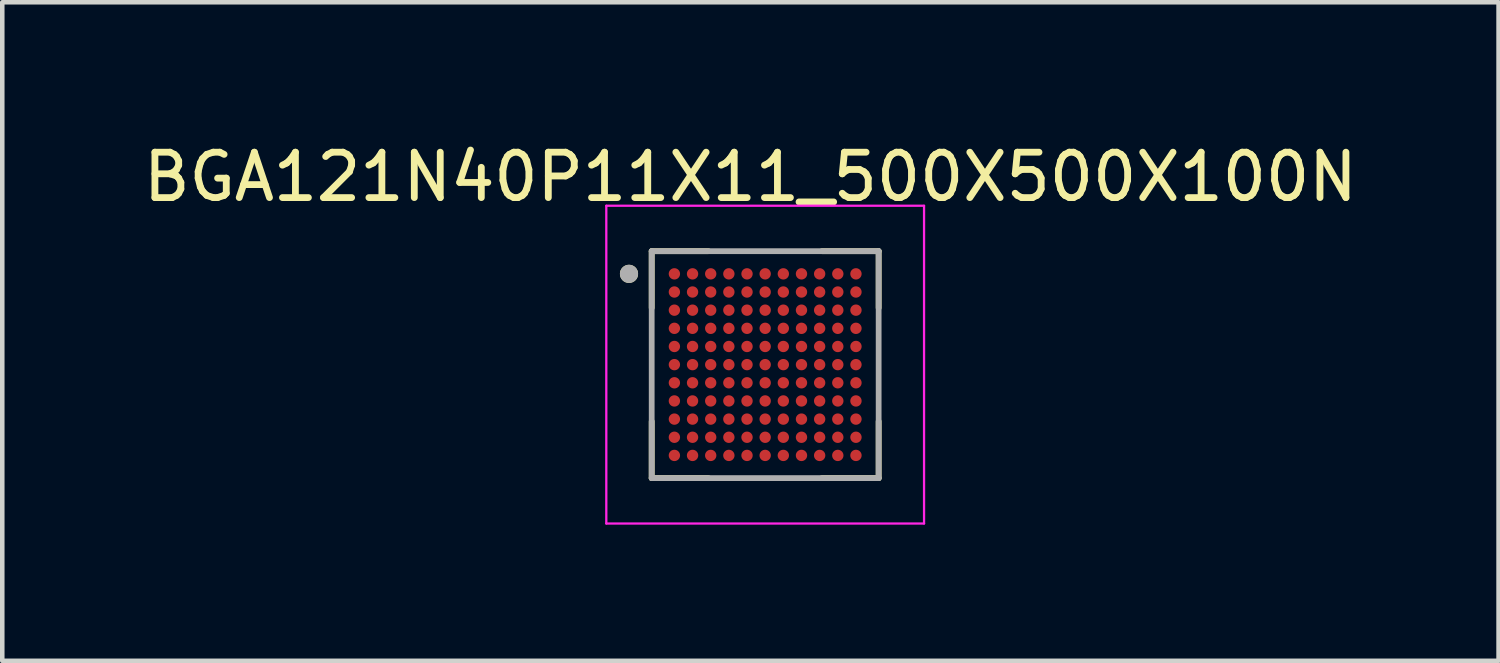
<source format=kicad_pcb>
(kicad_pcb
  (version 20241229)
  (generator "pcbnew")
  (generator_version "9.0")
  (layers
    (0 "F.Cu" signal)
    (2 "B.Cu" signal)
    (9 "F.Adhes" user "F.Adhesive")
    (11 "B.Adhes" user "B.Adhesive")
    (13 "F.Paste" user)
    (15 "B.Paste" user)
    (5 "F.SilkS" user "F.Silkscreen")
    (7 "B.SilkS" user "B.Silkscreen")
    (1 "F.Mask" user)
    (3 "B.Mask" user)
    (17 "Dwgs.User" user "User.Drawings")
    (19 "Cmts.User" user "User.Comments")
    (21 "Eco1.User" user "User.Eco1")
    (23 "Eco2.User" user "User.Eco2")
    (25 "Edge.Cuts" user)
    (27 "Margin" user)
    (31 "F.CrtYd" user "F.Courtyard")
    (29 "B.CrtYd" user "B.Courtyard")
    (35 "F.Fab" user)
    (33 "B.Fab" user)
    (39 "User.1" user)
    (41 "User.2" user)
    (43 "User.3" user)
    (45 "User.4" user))
  (footprint "BGA121N40P11X11_500X500X100N"
    (layer "F.Cu")
    (at 13.807 4.983)
    (property "Reference" "BGA121N40P11X11_500X500X100N" (at -0.325 -4.135 0) (layer "F.SilkS") (effects (font (size 1 1) (thickness 0.15))))
    (attr smd)
    (fp_line (start -2.5 -2.5) (end -2.5 -1.25) (stroke (width 0.127) (type solid)) (layer "F.SilkS"))
    (fp_line (start -2.5 -2.5) (end -1.25 -2.5) (stroke (width 0.127) (type solid)) (layer "F.SilkS"))
    (fp_line (start -2.5 2.5) (end -2.5 1.25) (stroke (width 0.127) (type solid)) (layer "F.SilkS"))
    (fp_line (start -2.5 2.5) (end -1.25 2.5) (stroke (width 0.127) (type solid)) (layer "F.SilkS"))
    (fp_line (start 2.5 -2.5) (end 1.25 -2.5) (stroke (width 0.127) (type solid)) (layer "F.SilkS"))
    (fp_line (start 2.5 -2.5) (end 2.5 -1.25) (stroke (width 0.127) (type solid)) (layer "F.SilkS"))
    (fp_line (start 2.5 2.5) (end 1.25 2.5) (stroke (width 0.127) (type solid)) (layer "F.SilkS"))
    (fp_line (start 2.5 2.5) (end 2.5 1.25) (stroke (width 0.127) (type solid)) (layer "F.SilkS"))
    (fp_circle (center -3 -2) (end -2.9 -2) (stroke (width 0.2) (type solid)) (fill no) (layer "F.SilkS"))
    (fp_line (start -3.5 -3.5) (end 3.5 -3.5) (stroke (width 0.05) (type solid)) (layer "F.CrtYd"))
    (fp_line (start -3.5 3.5) (end -3.5 -3.5) (stroke (width 0.05) (type solid)) (layer "F.CrtYd"))
    (fp_line (start -3.5 3.5) (end 3.5 3.5) (stroke (width 0.05) (type solid)) (layer "F.CrtYd"))
    (fp_line (start 3.5 3.5) (end 3.5 -3.5) (stroke (width 0.05) (type solid)) (layer "F.CrtYd"))
    (fp_line (start -2.5 2.5) (end -2.5 -2.5) (stroke (width 0.127) (type solid)) (layer "F.Fab"))
    (fp_line (start 2.5 -2.5) (end -2.5 -2.5) (stroke (width 0.127) (type solid)) (layer "F.Fab"))
    (fp_line (start 2.5 2.5) (end -2.5 2.5) (stroke (width 0.127) (type solid)) (layer "F.Fab"))
    (fp_line (start 2.5 2.5) (end 2.5 -2.5) (stroke (width 0.127) (type solid)) (layer "F.Fab"))
    (fp_circle (center -3 -2) (end -2.9 -2) (stroke (width 0.2) (type solid)) (fill no) (layer "F.Fab"))
    (pad "A1" smd circle (at -2 -2) (size 0.25 0.25) (layers "F.Cu" "F.Mask" "F.Paste"))
    (pad "A2" smd circle (at -1.6 -2) (size 0.25 0.25) (layers "F.Cu" "F.Mask" "F.Paste"))
    (pad "A3" smd circle (at -1.2 -2) (size 0.25 0.25) (layers "F.Cu" "F.Mask" "F.Paste"))
    (pad "A4" smd circle (at -0.8 -2) (size 0.25 0.25) (layers "F.Cu" "F.Mask" "F.Paste"))
    (pad "A5" smd circle (at -0.4 -2) (size 0.25 0.25) (layers "F.Cu" "F.Mask" "F.Paste"))
    (pad "A6" smd circle (at 0 -2) (size 0.25 0.25) (layers "F.Cu" "F.Mask" "F.Paste"))
    (pad "A7" smd circle (at 0.4 -2) (size 0.25 0.25) (layers "F.Cu" "F.Mask" "F.Paste"))
    (pad "A8" smd circle (at 0.8 -2) (size 0.25 0.25) (layers "F.Cu" "F.Mask" "F.Paste"))
    (pad "A9" smd circle (at 1.2 -2) (size 0.25 0.25) (layers "F.Cu" "F.Mask" "F.Paste"))
    (pad "A10" smd circle (at 1.6 -2) (size 0.25 0.25) (layers "F.Cu" "F.Mask" "F.Paste"))
    (pad "A11" smd circle (at 2 -2) (size 0.25 0.25) (layers "F.Cu" "F.Mask" "F.Paste"))
    (pad "B1" smd circle (at -2 -1.6) (size 0.25 0.25) (layers "F.Cu" "F.Mask" "F.Paste"))
    (pad "B2" smd circle (at -1.6 -1.6) (size 0.25 0.25) (layers "F.Cu" "F.Mask" "F.Paste"))
    (pad "B3" smd circle (at -1.2 -1.6) (size 0.25 0.25) (layers "F.Cu" "F.Mask" "F.Paste"))
    (pad "B4" smd circle (at -0.8 -1.6) (size 0.25 0.25) (layers "F.Cu" "F.Mask" "F.Paste"))
    (pad "B5" smd circle (at -0.4 -1.6) (size 0.25 0.25) (layers "F.Cu" "F.Mask" "F.Paste"))
    (pad "B6" smd circle (at 0 -1.6) (size 0.25 0.25) (layers "F.Cu" "F.Mask" "F.Paste"))
    (pad "B7" smd circle (at 0.4 -1.6) (size 0.25 0.25) (layers "F.Cu" "F.Mask" "F.Paste"))
    (pad "B8" smd circle (at 0.8 -1.6) (size 0.25 0.25) (layers "F.Cu" "F.Mask" "F.Paste"))
    (pad "B9" smd circle (at 1.2 -1.6) (size 0.25 0.25) (layers "F.Cu" "F.Mask" "F.Paste"))
    (pad "B10" smd circle (at 1.6 -1.6) (size 0.25 0.25) (layers "F.Cu" "F.Mask" "F.Paste"))
    (pad "B11" smd circle (at 2 -1.6) (size 0.25 0.25) (layers "F.Cu" "F.Mask" "F.Paste"))
    (pad "C1" smd circle (at -2 -1.2) (size 0.25 0.25) (layers "F.Cu" "F.Mask" "F.Paste"))
    (pad "C2" smd circle (at -1.6 -1.2) (size 0.25 0.25) (layers "F.Cu" "F.Mask" "F.Paste"))
    (pad "C3" smd circle (at -1.2 -1.2) (size 0.25 0.25) (layers "F.Cu" "F.Mask" "F.Paste"))
    (pad "C4" smd circle (at -0.8 -1.2) (size 0.25 0.25) (layers "F.Cu" "F.Mask" "F.Paste"))
    (pad "C5" smd circle (at -0.4 -1.2) (size 0.25 0.25) (layers "F.Cu" "F.Mask" "F.Paste"))
    (pad "C6" smd circle (at 0 -1.2) (size 0.25 0.25) (layers "F.Cu" "F.Mask" "F.Paste"))
    (pad "C7" smd circle (at 0.4 -1.2) (size 0.25 0.25) (layers "F.Cu" "F.Mask" "F.Paste"))
    (pad "C8" smd circle (at 0.8 -1.2) (size 0.25 0.25) (layers "F.Cu" "F.Mask" "F.Paste"))
    (pad "C9" smd circle (at 1.2 -1.2) (size 0.25 0.25) (layers "F.Cu" "F.Mask" "F.Paste"))
    (pad "C10" smd circle (at 1.6 -1.2) (size 0.25 0.25) (layers "F.Cu" "F.Mask" "F.Paste"))
    (pad "C11" smd circle (at 2 -1.2) (size 0.25 0.25) (layers "F.Cu" "F.Mask" "F.Paste"))
    (pad "D1" smd circle (at -2 -0.8) (size 0.25 0.25) (layers "F.Cu" "F.Mask" "F.Paste"))
    (pad "D2" smd circle (at -1.6 -0.8) (size 0.25 0.25) (layers "F.Cu" "F.Mask" "F.Paste"))
    (pad "D3" smd circle (at -1.2 -0.8) (size 0.25 0.25) (layers "F.Cu" "F.Mask" "F.Paste"))
    (pad "D4" smd circle (at -0.8 -0.8) (size 0.25 0.25) (layers "F.Cu" "F.Mask" "F.Paste"))
    (pad "D5" smd circle (at -0.4 -0.8) (size 0.25 0.25) (layers "F.Cu" "F.Mask" "F.Paste"))
    (pad "D6" smd circle (at 0 -0.8) (size 0.25 0.25) (layers "F.Cu" "F.Mask" "F.Paste"))
    (pad "D7" smd circle (at 0.4 -0.8) (size 0.25 0.25) (layers "F.Cu" "F.Mask" "F.Paste"))
    (pad "D8" smd circle (at 0.8 -0.8) (size 0.25 0.25) (layers "F.Cu" "F.Mask" "F.Paste"))
    (pad "D9" smd circle (at 1.2 -0.8) (size 0.25 0.25) (layers "F.Cu" "F.Mask" "F.Paste"))
    (pad "D10" smd circle (at 1.6 -0.8) (size 0.25 0.25) (layers "F.Cu" "F.Mask" "F.Paste"))
    (pad "D11" smd circle (at 2 -0.8) (size 0.25 0.25) (layers "F.Cu" "F.Mask" "F.Paste"))
    (pad "E1" smd circle (at -2 -0.4) (size 0.25 0.25) (layers "F.Cu" "F.Mask" "F.Paste"))
    (pad "E2" smd circle (at -1.6 -0.4) (size 0.25 0.25) (layers "F.Cu" "F.Mask" "F.Paste"))
    (pad "E3" smd circle (at -1.2 -0.4) (size 0.25 0.25) (layers "F.Cu" "F.Mask" "F.Paste"))
    (pad "E4" smd circle (at -0.8 -0.4) (size 0.25 0.25) (layers "F.Cu" "F.Mask" "F.Paste"))
    (pad "E5" smd circle (at -0.4 -0.4) (size 0.25 0.25) (layers "F.Cu" "F.Mask" "F.Paste"))
    (pad "E6" smd circle (at 0 -0.4) (size 0.25 0.25) (layers "F.Cu" "F.Mask" "F.Paste"))
    (pad "E7" smd circle (at 0.4 -0.4) (size 0.25 0.25) (layers "F.Cu" "F.Mask" "F.Paste"))
    (pad "E8" smd circle (at 0.8 -0.4) (size 0.25 0.25) (layers "F.Cu" "F.Mask" "F.Paste"))
    (pad "E9" smd circle (at 1.2 -0.4) (size 0.25 0.25) (layers "F.Cu" "F.Mask" "F.Paste"))
    (pad "E10" smd circle (at 1.6 -0.4) (size 0.25 0.25) (layers "F.Cu" "F.Mask" "F.Paste"))
    (pad "E11" smd circle (at 2 -0.4) (size 0.25 0.25) (layers "F.Cu" "F.Mask" "F.Paste"))
    (pad "F1" smd circle (at -2 0) (size 0.25 0.25) (layers "F.Cu" "F.Mask" "F.Paste"))
    (pad "F2" smd circle (at -1.6 0) (size 0.25 0.25) (layers "F.Cu" "F.Mask" "F.Paste"))
    (pad "F3" smd circle (at -1.2 0) (size 0.25 0.25) (layers "F.Cu" "F.Mask" "F.Paste"))
    (pad "F4" smd circle (at -0.8 0) (size 0.25 0.25) (layers "F.Cu" "F.Mask" "F.Paste"))
    (pad "F5" smd circle (at -0.4 0) (size 0.25 0.25) (layers "F.Cu" "F.Mask" "F.Paste"))
    (pad "F6" smd circle (at 0 0) (size 0.25 0.25) (layers "F.Cu" "F.Mask" "F.Paste"))
    (pad "F7" smd circle (at 0.4 0) (size 0.25 0.25) (layers "F.Cu" "F.Mask" "F.Paste"))
    (pad "F8" smd circle (at 0.8 0) (size 0.25 0.25) (layers "F.Cu" "F.Mask" "F.Paste"))
    (pad "F9" smd circle (at 1.2 0) (size 0.25 0.25) (layers "F.Cu" "F.Mask" "F.Paste"))
    (pad "F10" smd circle (at 1.6 0) (size 0.25 0.25) (layers "F.Cu" "F.Mask" "F.Paste"))
    (pad "F11" smd circle (at 2 0) (size 0.25 0.25) (layers "F.Cu" "F.Mask" "F.Paste"))
    (pad "G1" smd circle (at -2 0.4) (size 0.25 0.25) (layers "F.Cu" "F.Mask" "F.Paste"))
    (pad "G2" smd circle (at -1.6 0.4) (size 0.25 0.25) (layers "F.Cu" "F.Mask" "F.Paste"))
    (pad "G3" smd circle (at -1.2 0.4) (size 0.25 0.25) (layers "F.Cu" "F.Mask" "F.Paste"))
    (pad "G4" smd circle (at -0.8 0.4) (size 0.25 0.25) (layers "F.Cu" "F.Mask" "F.Paste"))
    (pad "G5" smd circle (at -0.4 0.4) (size 0.25 0.25) (layers "F.Cu" "F.Mask" "F.Paste"))
    (pad "G6" smd circle (at 0 0.4) (size 0.25 0.25) (layers "F.Cu" "F.Mask" "F.Paste"))
    (pad "G7" smd circle (at 0.4 0.4) (size 0.25 0.25) (layers "F.Cu" "F.Mask" "F.Paste"))
    (pad "G8" smd circle (at 0.8 0.4) (size 0.25 0.25) (layers "F.Cu" "F.Mask" "F.Paste"))
    (pad "G9" smd circle (at 1.2 0.4) (size 0.25 0.25) (layers "F.Cu" "F.Mask" "F.Paste"))
    (pad "G10" smd circle (at 1.6 0.4) (size 0.25 0.25) (layers "F.Cu" "F.Mask" "F.Paste"))
    (pad "G11" smd circle (at 2 0.4) (size 0.25 0.25) (layers "F.Cu" "F.Mask" "F.Paste"))
    (pad "H1" smd circle (at -2 0.8) (size 0.25 0.25) (layers "F.Cu" "F.Mask" "F.Paste"))
    (pad "H2" smd circle (at -1.6 0.8) (size 0.25 0.25) (layers "F.Cu" "F.Mask" "F.Paste"))
    (pad "H3" smd circle (at -1.2 0.8) (size 0.25 0.25) (layers "F.Cu" "F.Mask" "F.Paste"))
    (pad "H4" smd circle (at -0.8 0.8) (size 0.25 0.25) (layers "F.Cu" "F.Mask" "F.Paste"))
    (pad "H5" smd circle (at -0.4 0.8) (size 0.25 0.25) (layers "F.Cu" "F.Mask" "F.Paste"))
    (pad "H6" smd circle (at 0 0.8) (size 0.25 0.25) (layers "F.Cu" "F.Mask" "F.Paste"))
    (pad "H7" smd circle (at 0.4 0.8) (size 0.25 0.25) (layers "F.Cu" "F.Mask" "F.Paste"))
    (pad "H8" smd circle (at 0.8 0.8) (size 0.25 0.25) (layers "F.Cu" "F.Mask" "F.Paste"))
    (pad "H9" smd circle (at 1.2 0.8) (size 0.25 0.25) (layers "F.Cu" "F.Mask" "F.Paste"))
    (pad "H10" smd circle (at 1.6 0.8) (size 0.25 0.25) (layers "F.Cu" "F.Mask" "F.Paste"))
    (pad "H11" smd circle (at 2 0.8) (size 0.25 0.25) (layers "F.Cu" "F.Mask" "F.Paste"))
    (pad "J1" smd circle (at -2 1.2) (size 0.25 0.25) (layers "F.Cu" "F.Mask" "F.Paste"))
    (pad "J2" smd circle (at -1.6 1.2) (size 0.25 0.25) (layers "F.Cu" "F.Mask" "F.Paste"))
    (pad "J3" smd circle (at -1.2 1.2) (size 0.25 0.25) (layers "F.Cu" "F.Mask" "F.Paste"))
    (pad "J4" smd circle (at -0.8 1.2) (size 0.25 0.25) (layers "F.Cu" "F.Mask" "F.Paste"))
    (pad "J5" smd circle (at -0.4 1.2) (size 0.25 0.25) (layers "F.Cu" "F.Mask" "F.Paste"))
    (pad "J6" smd circle (at 0 1.2) (size 0.25 0.25) (layers "F.Cu" "F.Mask" "F.Paste"))
    (pad "J7" smd circle (at 0.4 1.2) (size 0.25 0.25) (layers "F.Cu" "F.Mask" "F.Paste"))
    (pad "J8" smd circle (at 0.8 1.2) (size 0.25 0.25) (layers "F.Cu" "F.Mask" "F.Paste"))
    (pad "J9" smd circle (at 1.2 1.2) (size 0.25 0.25) (layers "F.Cu" "F.Mask" "F.Paste"))
    (pad "J10" smd circle (at 1.6 1.2) (size 0.25 0.25) (layers "F.Cu" "F.Mask" "F.Paste"))
    (pad "J11" smd circle (at 2 1.2) (size 0.25 0.25) (layers "F.Cu" "F.Mask" "F.Paste"))
    (pad "K1" smd circle (at -2 1.6) (size 0.25 0.25) (layers "F.Cu" "F.Mask" "F.Paste"))
    (pad "K2" smd circle (at -1.6 1.6) (size 0.25 0.25) (layers "F.Cu" "F.Mask" "F.Paste"))
    (pad "K3" smd circle (at -1.2 1.6) (size 0.25 0.25) (layers "F.Cu" "F.Mask" "F.Paste"))
    (pad "K4" smd circle (at -0.8 1.6) (size 0.25 0.25) (layers "F.Cu" "F.Mask" "F.Paste"))
    (pad "K5" smd circle (at -0.4 1.6) (size 0.25 0.25) (layers "F.Cu" "F.Mask" "F.Paste"))
    (pad "K6" smd circle (at 0 1.6) (size 0.25 0.25) (layers "F.Cu" "F.Mask" "F.Paste"))
    (pad "K7" smd circle (at 0.4 1.6) (size 0.25 0.25) (layers "F.Cu" "F.Mask" "F.Paste"))
    (pad "K8" smd circle (at 0.8 1.6) (size 0.25 0.25) (layers "F.Cu" "F.Mask" "F.Paste"))
    (pad "K9" smd circle (at 1.2 1.6) (size 0.25 0.25) (layers "F.Cu" "F.Mask" "F.Paste"))
    (pad "K10" smd circle (at 1.6 1.6) (size 0.25 0.25) (layers "F.Cu" "F.Mask" "F.Paste"))
    (pad "K11" smd circle (at 2 1.6) (size 0.25 0.25) (layers "F.Cu" "F.Mask" "F.Paste"))
    (pad "L1" smd circle (at -2 2) (size 0.25 0.25) (layers "F.Cu" "F.Mask" "F.Paste"))
    (pad "L2" smd circle (at -1.6 2) (size 0.25 0.25) (layers "F.Cu" "F.Mask" "F.Paste"))
    (pad "L3" smd circle (at -1.2 2) (size 0.25 0.25) (layers "F.Cu" "F.Mask" "F.Paste"))
    (pad "L4" smd circle (at -0.8 2) (size 0.25 0.25) (layers "F.Cu" "F.Mask" "F.Paste"))
    (pad "L5" smd circle (at -0.4 2) (size 0.25 0.25) (layers "F.Cu" "F.Mask" "F.Paste"))
    (pad "L6" smd circle (at 0 2) (size 0.25 0.25) (layers "F.Cu" "F.Mask" "F.Paste"))
    (pad "L7" smd circle (at 0.4 2) (size 0.25 0.25) (layers "F.Cu" "F.Mask" "F.Paste"))
    (pad "L8" smd circle (at 0.8 2) (size 0.25 0.25) (layers "F.Cu" "F.Mask" "F.Paste"))
    (pad "L9" smd circle (at 1.2 2) (size 0.25 0.25) (layers "F.Cu" "F.Mask" "F.Paste"))
    (pad "L10" smd circle (at 1.6 2) (size 0.25 0.25) (layers "F.Cu" "F.Mask" "F.Paste"))
    (pad "L11" smd circle (at 2 2) (size 0.25 0.25) (layers "F.Cu" "F.Mask" "F.Paste")))
  (gr_rect
    (start -3 -3)
    (end 29.964 11.508)
    (stroke (width 0.1) (type default))
    (fill no)
    (layer "Edge.Cuts")))
</source>
